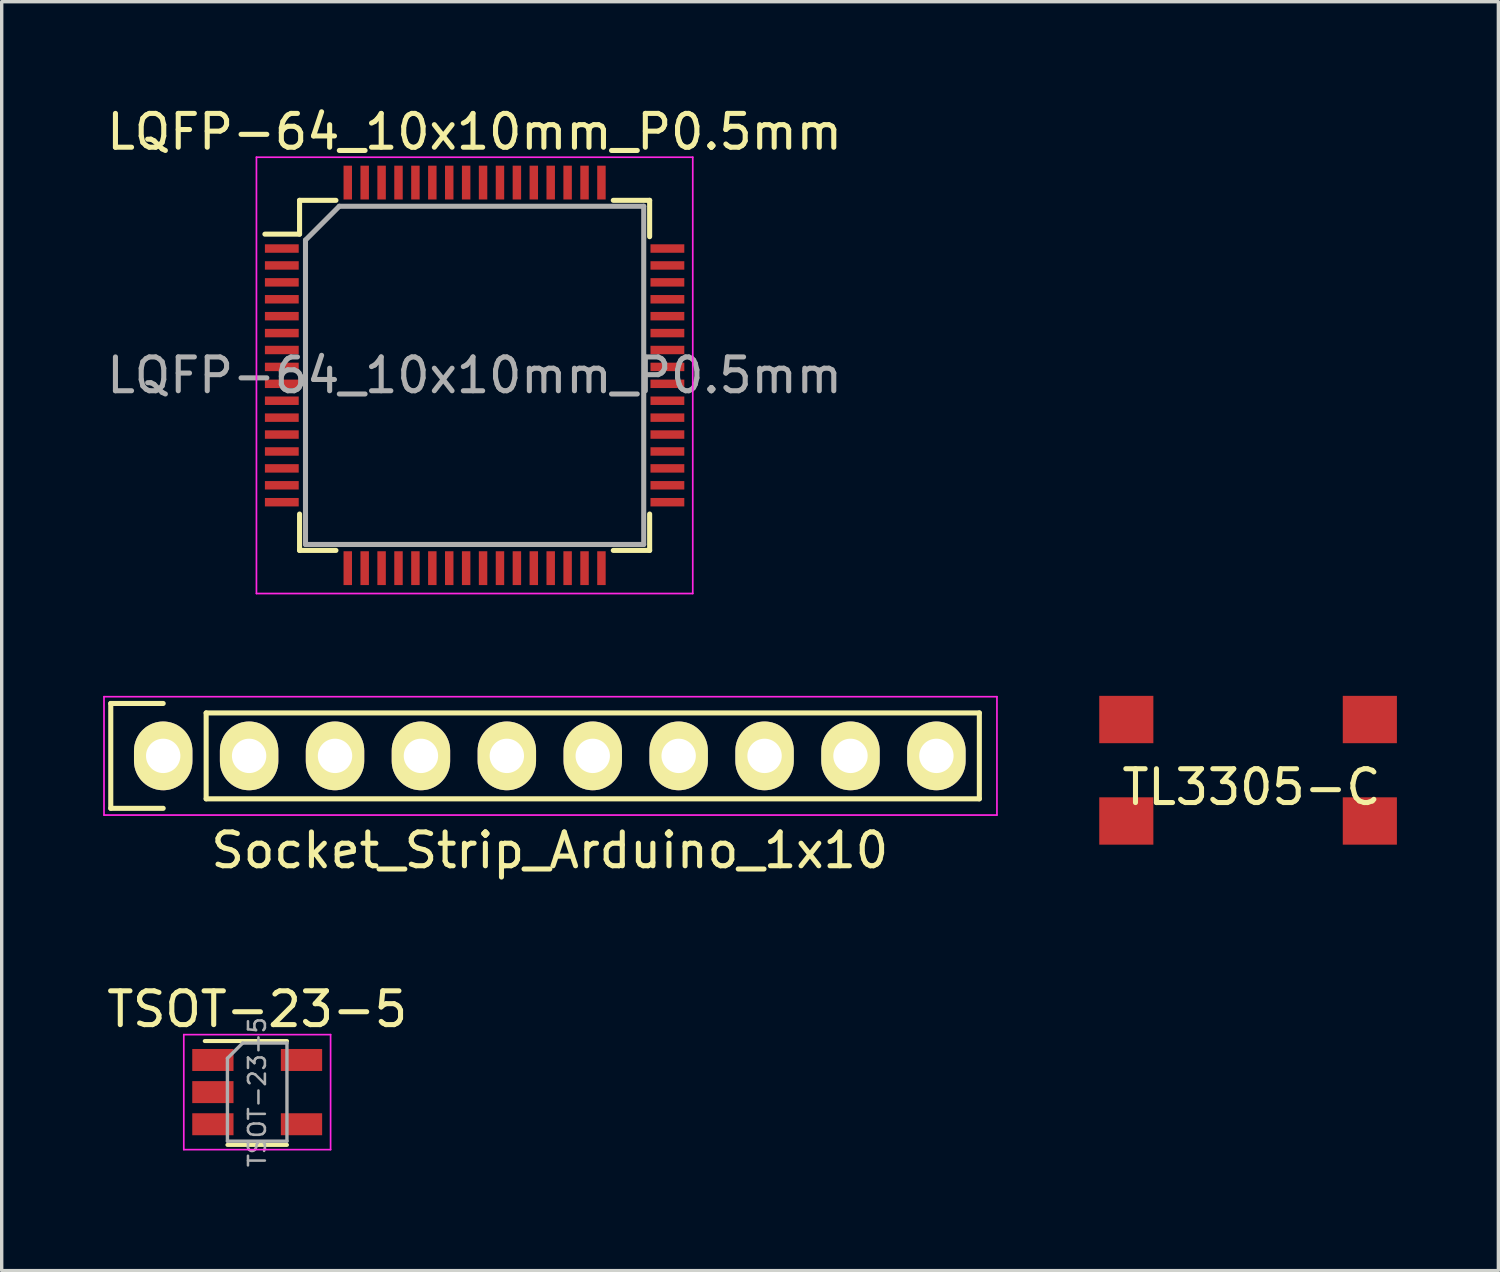
<source format=kicad_pcb>
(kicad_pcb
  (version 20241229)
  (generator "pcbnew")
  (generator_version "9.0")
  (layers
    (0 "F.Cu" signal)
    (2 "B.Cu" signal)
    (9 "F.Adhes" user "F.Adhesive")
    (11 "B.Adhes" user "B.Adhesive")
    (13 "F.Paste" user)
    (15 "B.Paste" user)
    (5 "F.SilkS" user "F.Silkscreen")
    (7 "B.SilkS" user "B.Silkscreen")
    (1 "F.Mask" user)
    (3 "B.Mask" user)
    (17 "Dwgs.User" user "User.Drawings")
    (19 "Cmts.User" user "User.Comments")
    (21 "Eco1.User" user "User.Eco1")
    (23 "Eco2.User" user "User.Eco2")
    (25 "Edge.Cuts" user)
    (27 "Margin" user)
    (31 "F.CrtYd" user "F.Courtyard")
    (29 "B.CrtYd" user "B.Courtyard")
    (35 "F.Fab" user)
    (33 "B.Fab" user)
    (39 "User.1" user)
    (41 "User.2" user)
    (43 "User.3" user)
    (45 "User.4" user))
  (footprint "TSOT-23-5"
    (layer "F.Cu")
    (at 4.554 29.239)
    (property "Reference" "TSOT-23-5" (at 0 -2.45 0) (layer "F.SilkS") (effects (font (size 1 1) (thickness 0.15))))
    (attr smd)
    (fp_line (start -0.88 1.56) (end 0.88 1.56) (stroke (width 0.12) (type solid)) (layer "F.SilkS"))
    (fp_line (start 0.88 -1.51) (end -1.55 -1.51) (stroke (width 0.12) (type solid)) (layer "F.SilkS"))
    (fp_line (start -2.17 -1.7) (end -2.17 1.7) (stroke (width 0.05) (type solid)) (layer "F.CrtYd"))
    (fp_line (start -2.17 -1.7) (end 2.17 -1.7) (stroke (width 0.05) (type solid)) (layer "F.CrtYd"))
    (fp_line (start 2.17 1.7) (end -2.17 1.7) (stroke (width 0.05) (type solid)) (layer "F.CrtYd"))
    (fp_line (start 2.17 1.7) (end 2.17 -1.7) (stroke (width 0.05) (type solid)) (layer "F.CrtYd"))
    (fp_line (start -0.88 -1) (end -0.88 1.45) (stroke (width 0.1) (type solid)) (layer "F.Fab"))
    (fp_line (start -0.88 -1) (end -0.43 -1.45) (stroke (width 0.1) (type solid)) (layer "F.Fab"))
    (fp_line (start 0.88 -1.45) (end -0.43 -1.45) (stroke (width 0.1) (type solid)) (layer "F.Fab"))
    (fp_line (start 0.88 -1.45) (end 0.88 1.45) (stroke (width 0.1) (type solid)) (layer "F.Fab"))
    (fp_line (start 0.88 1.45) (end -0.88 1.45) (stroke (width 0.1) (type solid)) (layer "F.Fab"))
    (fp_text user "${REFERENCE}" (at 0 0 90) (layer "F.Fab") (effects (font (size 0.5 0.5) (thickness 0.075))))
    (pad "1" smd rect (at -1.31 -0.95) (size 1.22 0.65) (layers "F.Cu" "F.Mask" "F.Paste"))
    (pad "2" smd rect (at -1.31 0) (size 1.22 0.65) (layers "F.Cu" "F.Mask" "F.Paste"))
    (pad "3" smd rect (at -1.31 0.95) (size 1.22 0.65) (layers "F.Cu" "F.Mask" "F.Paste"))
    (pad "4" smd rect (at 1.31 0.95) (size 1.22 0.65) (layers "F.Cu" "F.Mask" "F.Paste"))
    (pad "5" smd rect (at 1.31 -0.95) (size 1.22 0.65) (layers "F.Cu" "F.Mask" "F.Paste")))
  (footprint "LQFP-64_10x10mm_P0.5mm"
    (layer "F.Cu")
    (at 10.982 8.048)
    (property "Reference" "LQFP-64_10x10mm_P0.5mm" (at 0 -7.2 0) (layer "F.SilkS") (effects (font (size 1 1) (thickness 0.15))))
    (attr smd)
    (fp_line (start -5.175 -5.175) (end -5.175 -4.175) (stroke (width 0.15) (type solid)) (layer "F.SilkS"))
    (fp_line (start -5.175 -5.175) (end -4.1 -5.175) (stroke (width 0.15) (type solid)) (layer "F.SilkS"))
    (fp_line (start -5.175 -4.175) (end -6.2 -4.175) (stroke (width 0.15) (type solid)) (layer "F.SilkS"))
    (fp_line (start -5.175 5.175) (end -5.175 4.1) (stroke (width 0.15) (type solid)) (layer "F.SilkS"))
    (fp_line (start -5.175 5.175) (end -4.1 5.175) (stroke (width 0.15) (type solid)) (layer "F.SilkS"))
    (fp_line (start 5.175 -5.175) (end 4.1 -5.175) (stroke (width 0.15) (type solid)) (layer "F.SilkS"))
    (fp_line (start 5.175 -5.175) (end 5.175 -4.1) (stroke (width 0.15) (type solid)) (layer "F.SilkS"))
    (fp_line (start 5.175 5.175) (end 4.1 5.175) (stroke (width 0.15) (type solid)) (layer "F.SilkS"))
    (fp_line (start 5.175 5.175) (end 5.175 4.1) (stroke (width 0.15) (type solid)) (layer "F.SilkS"))
    (fp_line (start -6.45 -6.45) (end -6.45 6.45) (stroke (width 0.05) (type solid)) (layer "F.CrtYd"))
    (fp_line (start -6.45 -6.45) (end 6.45 -6.45) (stroke (width 0.05) (type solid)) (layer "F.CrtYd"))
    (fp_line (start -6.45 6.45) (end 6.45 6.45) (stroke (width 0.05) (type solid)) (layer "F.CrtYd"))
    (fp_line (start 6.45 -6.45) (end 6.45 6.45) (stroke (width 0.05) (type solid)) (layer "F.CrtYd"))
    (fp_line (start -5 -4) (end -4 -5) (stroke (width 0.15) (type solid)) (layer "F.Fab"))
    (fp_line (start -5 5) (end -5 -4) (stroke (width 0.15) (type solid)) (layer "F.Fab"))
    (fp_line (start -4 -5) (end 5 -5) (stroke (width 0.15) (type solid)) (layer "F.Fab"))
    (fp_line (start 5 -5) (end 5 5) (stroke (width 0.15) (type solid)) (layer "F.Fab"))
    (fp_line (start 5 5) (end -5 5) (stroke (width 0.15) (type solid)) (layer "F.Fab"))
    (fp_text user "${REFERENCE}" (at 0 0 0) (layer "F.Fab") (effects (font (size 1 1) (thickness 0.15))))
    (pad "1" smd rect (at -5.7 -3.75) (size 1 0.25) (layers "F.Cu" "F.Mask" "F.Paste"))
    (pad "2" smd rect (at -5.7 -3.25) (size 1 0.25) (layers "F.Cu" "F.Mask" "F.Paste"))
    (pad "3" smd rect (at -5.7 -2.75) (size 1 0.25) (layers "F.Cu" "F.Mask" "F.Paste"))
    (pad "4" smd rect (at -5.7 -2.25) (size 1 0.25) (layers "F.Cu" "F.Mask" "F.Paste"))
    (pad "5" smd rect (at -5.7 -1.75) (size 1 0.25) (layers "F.Cu" "F.Mask" "F.Paste"))
    (pad "6" smd rect (at -5.7 -1.25) (size 1 0.25) (layers "F.Cu" "F.Mask" "F.Paste"))
    (pad "7" smd rect (at -5.7 -0.75) (size 1 0.25) (layers "F.Cu" "F.Mask" "F.Paste"))
    (pad "8" smd rect (at -5.7 -0.25) (size 1 0.25) (layers "F.Cu" "F.Mask" "F.Paste"))
    (pad "9" smd rect (at -5.7 0.25) (size 1 0.25) (layers "F.Cu" "F.Mask" "F.Paste"))
    (pad "10" smd rect (at -5.7 0.75) (size 1 0.25) (layers "F.Cu" "F.Mask" "F.Paste"))
    (pad "11" smd rect (at -5.7 1.25) (size 1 0.25) (layers "F.Cu" "F.Mask" "F.Paste"))
    (pad "12" smd rect (at -5.7 1.75) (size 1 0.25) (layers "F.Cu" "F.Mask" "F.Paste"))
    (pad "13" smd rect (at -5.7 2.25) (size 1 0.25) (layers "F.Cu" "F.Mask" "F.Paste"))
    (pad "14" smd rect (at -5.7 2.75) (size 1 0.25) (layers "F.Cu" "F.Mask" "F.Paste"))
    (pad "15" smd rect (at -5.7 3.25) (size 1 0.25) (layers "F.Cu" "F.Mask" "F.Paste"))
    (pad "16" smd rect (at -5.7 3.75) (size 1 0.25) (layers "F.Cu" "F.Mask" "F.Paste"))
    (pad "17" smd rect (at -3.75 5.7 90) (size 1 0.25) (layers "F.Cu" "F.Mask" "F.Paste"))
    (pad "18" smd rect (at -3.25 5.7 90) (size 1 0.25) (layers "F.Cu" "F.Mask" "F.Paste"))
    (pad "19" smd rect (at -2.75 5.7 90) (size 1 0.25) (layers "F.Cu" "F.Mask" "F.Paste"))
    (pad "20" smd rect (at -2.25 5.7 90) (size 1 0.25) (layers "F.Cu" "F.Mask" "F.Paste"))
    (pad "21" smd rect (at -1.75 5.7 90) (size 1 0.25) (layers "F.Cu" "F.Mask" "F.Paste"))
    (pad "22" smd rect (at -1.25 5.7 90) (size 1 0.25) (layers "F.Cu" "F.Mask" "F.Paste"))
    (pad "23" smd rect (at -0.75 5.7 90) (size 1 0.25) (layers "F.Cu" "F.Mask" "F.Paste"))
    (pad "24" smd rect (at -0.25 5.7 90) (size 1 0.25) (layers "F.Cu" "F.Mask" "F.Paste"))
    (pad "25" smd rect (at 0.25 5.7 90) (size 1 0.25) (layers "F.Cu" "F.Mask" "F.Paste"))
    (pad "26" smd rect (at 0.75 5.7 90) (size 1 0.25) (layers "F.Cu" "F.Mask" "F.Paste"))
    (pad "27" smd rect (at 1.25 5.7 90) (size 1 0.25) (layers "F.Cu" "F.Mask" "F.Paste"))
    (pad "28" smd rect (at 1.75 5.7 90) (size 1 0.25) (layers "F.Cu" "F.Mask" "F.Paste"))
    (pad "29" smd rect (at 2.25 5.7 90) (size 1 0.25) (layers "F.Cu" "F.Mask" "F.Paste"))
    (pad "30" smd rect (at 2.75 5.7 90) (size 1 0.25) (layers "F.Cu" "F.Mask" "F.Paste"))
    (pad "31" smd rect (at 3.25 5.7 90) (size 1 0.25) (layers "F.Cu" "F.Mask" "F.Paste"))
    (pad "32" smd rect (at 3.75 5.7 90) (size 1 0.25) (layers "F.Cu" "F.Mask" "F.Paste"))
    (pad "33" smd rect (at 5.7 3.75) (size 1 0.25) (layers "F.Cu" "F.Mask" "F.Paste"))
    (pad "34" smd rect (at 5.7 3.25) (size 1 0.25) (layers "F.Cu" "F.Mask" "F.Paste"))
    (pad "35" smd rect (at 5.7 2.75) (size 1 0.25) (layers "F.Cu" "F.Mask" "F.Paste"))
    (pad "36" smd rect (at 5.7 2.25) (size 1 0.25) (layers "F.Cu" "F.Mask" "F.Paste"))
    (pad "37" smd rect (at 5.7 1.75) (size 1 0.25) (layers "F.Cu" "F.Mask" "F.Paste"))
    (pad "38" smd rect (at 5.7 1.25) (size 1 0.25) (layers "F.Cu" "F.Mask" "F.Paste"))
    (pad "39" smd rect (at 5.7 0.75) (size 1 0.25) (layers "F.Cu" "F.Mask" "F.Paste"))
    (pad "40" smd rect (at 5.7 0.25) (size 1 0.25) (layers "F.Cu" "F.Mask" "F.Paste"))
    (pad "41" smd rect (at 5.7 -0.25) (size 1 0.25) (layers "F.Cu" "F.Mask" "F.Paste"))
    (pad "42" smd rect (at 5.7 -0.75) (size 1 0.25) (layers "F.Cu" "F.Mask" "F.Paste"))
    (pad "43" smd rect (at 5.7 -1.25) (size 1 0.25) (layers "F.Cu" "F.Mask" "F.Paste"))
    (pad "44" smd rect (at 5.7 -1.75) (size 1 0.25) (layers "F.Cu" "F.Mask" "F.Paste"))
    (pad "45" smd rect (at 5.7 -2.25) (size 1 0.25) (layers "F.Cu" "F.Mask" "F.Paste"))
    (pad "46" smd rect (at 5.7 -2.75) (size 1 0.25) (layers "F.Cu" "F.Mask" "F.Paste"))
    (pad "47" smd rect (at 5.7 -3.25) (size 1 0.25) (layers "F.Cu" "F.Mask" "F.Paste"))
    (pad "48" smd rect (at 5.7 -3.75) (size 1 0.25) (layers "F.Cu" "F.Mask" "F.Paste"))
    (pad "49" smd rect (at 3.75 -5.7 90) (size 1 0.25) (layers "F.Cu" "F.Mask" "F.Paste"))
    (pad "50" smd rect (at 3.25 -5.7 90) (size 1 0.25) (layers "F.Cu" "F.Mask" "F.Paste"))
    (pad "51" smd rect (at 2.75 -5.7 90) (size 1 0.25) (layers "F.Cu" "F.Mask" "F.Paste"))
    (pad "52" smd rect (at 2.25 -5.7 90) (size 1 0.25) (layers "F.Cu" "F.Mask" "F.Paste"))
    (pad "53" smd rect (at 1.75 -5.7 90) (size 1 0.25) (layers "F.Cu" "F.Mask" "F.Paste"))
    (pad "54" smd rect (at 1.25 -5.7 90) (size 1 0.25) (layers "F.Cu" "F.Mask" "F.Paste"))
    (pad "55" smd rect (at 0.75 -5.7 90) (size 1 0.25) (layers "F.Cu" "F.Mask" "F.Paste"))
    (pad "56" smd rect (at 0.25 -5.7 90) (size 1 0.25) (layers "F.Cu" "F.Mask" "F.Paste"))
    (pad "57" smd rect (at -0.25 -5.7 90) (size 1 0.25) (layers "F.Cu" "F.Mask" "F.Paste"))
    (pad "58" smd rect (at -0.75 -5.7 90) (size 1 0.25) (layers "F.Cu" "F.Mask" "F.Paste"))
    (pad "59" smd rect (at -1.25 -5.7 90) (size 1 0.25) (layers "F.Cu" "F.Mask" "F.Paste"))
    (pad "60" smd rect (at -1.75 -5.7 90) (size 1 0.25) (layers "F.Cu" "F.Mask" "F.Paste"))
    (pad "61" smd rect (at -2.25 -5.7 90) (size 1 0.25) (layers "F.Cu" "F.Mask" "F.Paste"))
    (pad "62" smd rect (at -2.75 -5.7 90) (size 1 0.25) (layers "F.Cu" "F.Mask" "F.Paste"))
    (pad "63" smd rect (at -3.25 -5.7 90) (size 1 0.25) (layers "F.Cu" "F.Mask" "F.Paste"))
    (pad "64" smd rect (at -3.75 -5.7 90) (size 1 0.25) (layers "F.Cu" "F.Mask" "F.Paste")))
  (footprint "Socket_Strip_Arduino_1x10"
    (layer "F.Cu")
    (at 1.775 19.298)
    (property "Reference" "Socket_Strip_Arduino_1x10" (at 11.43 2.794 0) (layer "F.SilkS") (effects (font (size 1 1) (thickness 0.15))))
    (attr through_hole)
    (fp_line (start -1.55 -1.55) (end -1.55 1.55) (stroke (width 0.15) (type solid)) (layer "F.SilkS"))
    (fp_line (start -1.55 1.55) (end 0 1.55) (stroke (width 0.15) (type solid)) (layer "F.SilkS"))
    (fp_line (start 0 -1.55) (end -1.55 -1.55) (stroke (width 0.15) (type solid)) (layer "F.SilkS"))
    (fp_line (start 1.27 1.27) (end 1.27 -1.27) (stroke (width 0.15) (type solid)) (layer "F.SilkS"))
    (fp_line (start 1.27 1.27) (end 24.13 1.27) (stroke (width 0.15) (type solid)) (layer "F.SilkS"))
    (fp_line (start 24.13 -1.27) (end 1.27 -1.27) (stroke (width 0.15) (type solid)) (layer "F.SilkS"))
    (fp_line (start 24.13 1.27) (end 24.13 -1.27) (stroke (width 0.15) (type solid)) (layer "F.SilkS"))
    (fp_line (start -1.75 -1.75) (end -1.75 1.75) (stroke (width 0.05) (type solid)) (layer "F.CrtYd"))
    (fp_line (start -1.75 -1.75) (end 24.65 -1.75) (stroke (width 0.05) (type solid)) (layer "F.CrtYd"))
    (fp_line (start -1.75 1.75) (end 24.65 1.75) (stroke (width 0.05) (type solid)) (layer "F.CrtYd"))
    (fp_line (start 24.65 -1.75) (end 24.65 1.75) (stroke (width 0.05) (type solid)) (layer "F.CrtYd"))
    (pad "1" thru_hole oval (at 0 0) (size 1.727 2.032) (drill 1.016) (layers "*.Cu" "*.Mask" "F.SilkS"))
    (pad "2" thru_hole oval (at 2.54 0) (size 1.727 2.032) (drill 1.016) (layers "*.Cu" "*.Mask" "F.SilkS"))
    (pad "3" thru_hole oval (at 5.08 0) (size 1.727 2.032) (drill 1.016) (layers "*.Cu" "*.Mask" "F.SilkS"))
    (pad "4" thru_hole oval (at 7.62 0) (size 1.727 2.032) (drill 1.016) (layers "*.Cu" "*.Mask" "F.SilkS"))
    (pad "5" thru_hole oval (at 10.16 0) (size 1.727 2.032) (drill 1.016) (layers "*.Cu" "*.Mask" "F.SilkS"))
    (pad "6" thru_hole oval (at 12.7 0) (size 1.727 2.032) (drill 1.016) (layers "*.Cu" "*.Mask" "F.SilkS"))
    (pad "7" thru_hole oval (at 15.24 0) (size 1.727 2.032) (drill 1.016) (layers "*.Cu" "*.Mask" "F.SilkS"))
    (pad "8" thru_hole oval (at 17.78 0) (size 1.727 2.032) (drill 1.016) (layers "*.Cu" "*.Mask" "F.SilkS"))
    (pad "9" thru_hole oval (at 20.32 0) (size 1.727 2.032) (drill 1.016) (layers "*.Cu" "*.Mask" "F.SilkS"))
    (pad "10" thru_hole oval (at 22.86 0) (size 1.727 2.032) (drill 1.016) (layers "*.Cu" "*.Mask" "F.SilkS")))
  (footprint "TL3305-C"
    (layer "F.Cu")
    (at 33.85 19.723)
    (property "Reference" "TL3305-C" (at 0.1 0.5 0) (layer "F.SilkS") (effects (font (size 1 1) (thickness 0.15))))
    (attr through_hole)
    (pad "1" smd rect (at -3.6 1.5) (size 1.6 1.4) (layers "F.Cu" "F.Mask" "F.Paste"))
    (pad "2" smd rect (at 3.6 1.5) (size 1.6 1.4) (layers "F.Cu" "F.Mask" "F.Paste"))
    (pad "3" smd rect (at -3.6 -1.5) (size 1.6 1.4) (layers "F.Cu" "F.Mask" "F.Paste"))
    (pad "4" smd rect (at 3.6 -1.5) (size 1.6 1.4) (layers "F.Cu" "F.Mask" "F.Paste")))
  (gr_rect
    (start -3 -3)
    (end 41.25 34.516)
    (stroke (width 0.1) (type default))
    (fill no)
    (layer "Edge.Cuts")))
</source>
